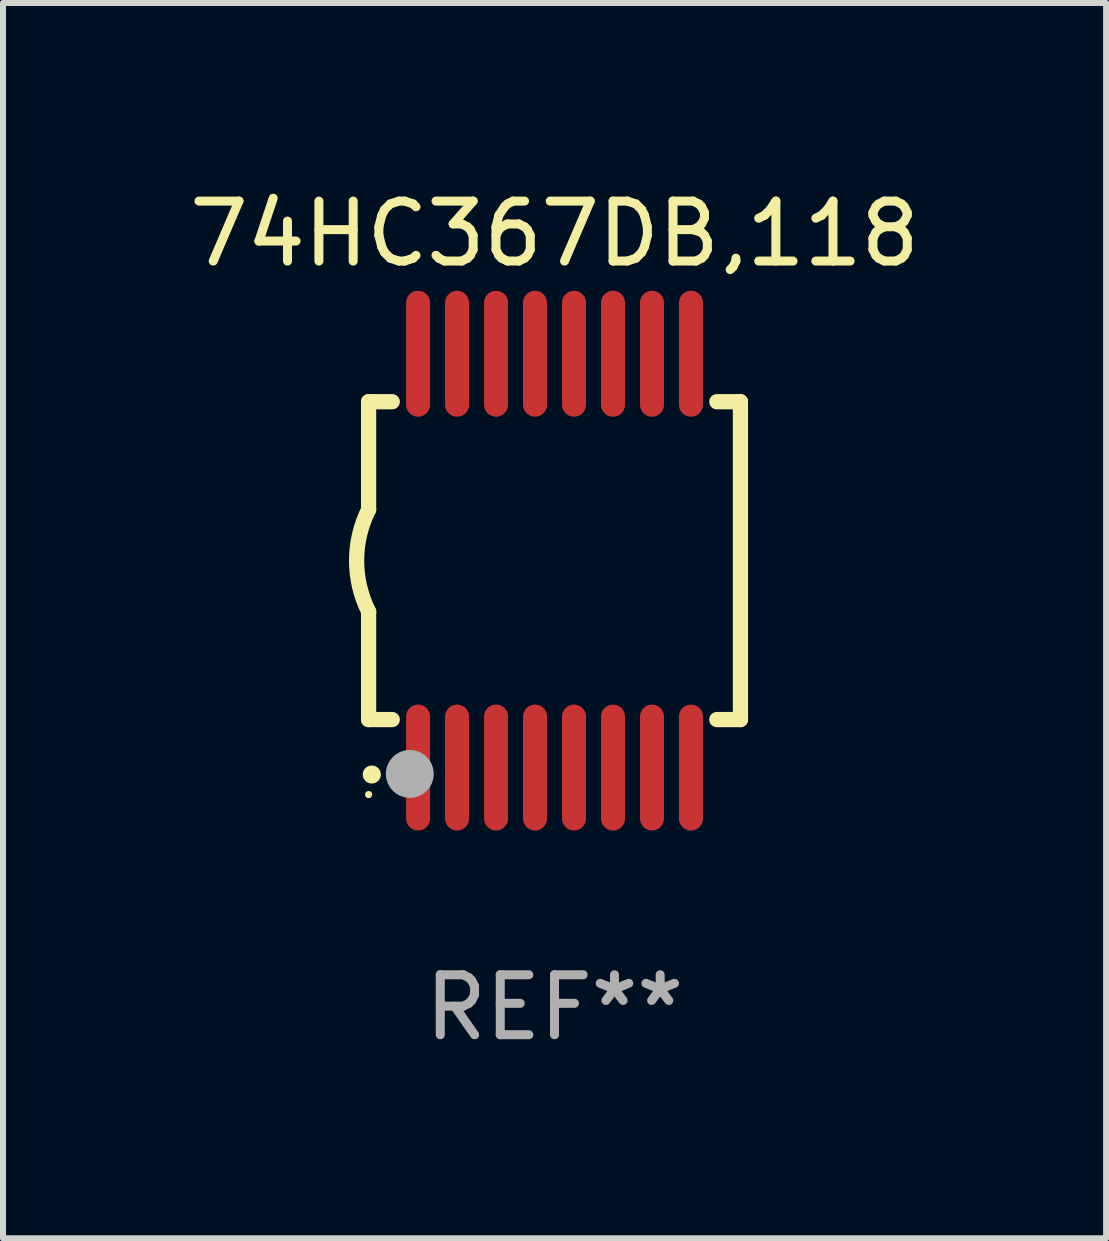
<source format=kicad_pcb>
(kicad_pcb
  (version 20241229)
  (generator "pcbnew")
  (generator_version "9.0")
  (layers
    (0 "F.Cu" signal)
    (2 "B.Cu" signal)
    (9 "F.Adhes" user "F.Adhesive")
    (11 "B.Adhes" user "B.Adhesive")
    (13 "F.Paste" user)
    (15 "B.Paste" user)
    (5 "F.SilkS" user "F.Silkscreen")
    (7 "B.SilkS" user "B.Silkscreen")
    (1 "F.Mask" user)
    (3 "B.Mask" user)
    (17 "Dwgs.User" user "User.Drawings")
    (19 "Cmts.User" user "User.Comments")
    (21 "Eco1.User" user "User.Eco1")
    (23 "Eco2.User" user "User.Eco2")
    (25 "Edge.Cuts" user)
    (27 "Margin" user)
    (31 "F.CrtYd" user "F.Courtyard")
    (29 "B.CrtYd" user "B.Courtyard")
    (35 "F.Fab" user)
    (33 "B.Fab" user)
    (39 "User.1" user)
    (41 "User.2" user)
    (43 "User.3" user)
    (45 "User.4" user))
  (footprint "74HC367DB,118"
    (layer "F.Cu")
    (at 6.196 6.298)
    (property "Reference" "74HC367DB,118" (at 0 -5.45 0) (layer "F.SilkS") (effects (font (size 1 1) (thickness 0.15))))
    (attr through_hole)
    (fp_line (start -3.1 -2.65) (end -3.1 -0.85) (stroke (width 0.254) (type solid)) (layer "F.SilkS"))
    (fp_line (start -3.1 -2.65) (end -2.706 -2.65) (stroke (width 0.254) (type solid)) (layer "F.SilkS"))
    (fp_line (start -3.1 2.65) (end -3.1 0.85) (stroke (width 0.254) (type solid)) (layer "F.SilkS"))
    (fp_line (start -3.1 2.65) (end -2.706 2.65) (stroke (width 0.254) (type solid)) (layer "F.SilkS"))
    (fp_line (start 2.706 -2.65) (end 3.1 -2.65) (stroke (width 0.254) (type solid)) (layer "F.SilkS"))
    (fp_line (start 2.706 2.65) (end 3.1 2.65) (stroke (width 0.254) (type solid)) (layer "F.SilkS"))
    (fp_line (start 3.1 -2.65) (end 3.1 2.65) (stroke (width 0.254) (type solid)) (layer "F.SilkS"))
    (fp_arc (start -3.098907 0.850902) (mid -3.300057 0.000523) (end -3.1 -0.850114) (stroke (width 0.254001) (type solid)) (layer "F.SilkS"))
    (fp_arc (start -3.048006 3.566066) (mid -3.046736 3.566061) (end -3.045466 3.566066) (stroke (width 0.3) (type solid)) (layer "F.SilkS"))
    (fp_circle (center -3.1 3.9) (end -3.07 3.9) (stroke (width 0.06) (type solid)) (fill no) (layer "F.SilkS"))
    (fp_circle (center -2.413 3.556) (end -2.213 3.556) (stroke (width 0.4) (type solid)) (fill no) (layer "F.Fab"))
    (fp_text user "REF**" (at 0 7.45 0) (layer "F.Fab") (effects (font (size 1 1) (thickness 0.15))))
    (pad "1" smd oval (at -2.275 3.45 180) (size 0.4 2.1) (layers "F.Cu" "F.Mask" "F.Paste"))
    (pad "2" smd oval (at -1.625 3.45 180) (size 0.4 2.1) (layers "F.Cu" "F.Mask" "F.Paste"))
    (pad "3" smd oval (at -0.975 3.45 180) (size 0.4 2.1) (layers "F.Cu" "F.Mask" "F.Paste"))
    (pad "4" smd oval (at -0.325 3.45 180) (size 0.4 2.1) (layers "F.Cu" "F.Mask" "F.Paste"))
    (pad "5" smd oval (at 0.325 3.45 180) (size 0.4 2.1) (layers "F.Cu" "F.Mask" "F.Paste"))
    (pad "6" smd oval (at 0.975 3.45 180) (size 0.4 2.1) (layers "F.Cu" "F.Mask" "F.Paste"))
    (pad "7" smd oval (at 1.625 3.45 180) (size 0.4 2.1) (layers "F.Cu" "F.Mask" "F.Paste"))
    (pad "8" smd oval (at 2.275 3.45 180) (size 0.4 2.1) (layers "F.Cu" "F.Mask" "F.Paste"))
    (pad "9" smd oval (at 2.275 -3.45 180) (size 0.4 2.1) (layers "F.Cu" "F.Mask" "F.Paste"))
    (pad "10" smd oval (at 1.625 -3.45 180) (size 0.4 2.1) (layers "F.Cu" "F.Mask" "F.Paste"))
    (pad "11" smd oval (at 0.975 -3.45 180) (size 0.4 2.1) (layers "F.Cu" "F.Mask" "F.Paste"))
    (pad "12" smd oval (at 0.325 -3.45 180) (size 0.4 2.1) (layers "F.Cu" "F.Mask" "F.Paste"))
    (pad "13" smd oval (at -0.325 -3.45 180) (size 0.4 2.1) (layers "F.Cu" "F.Mask" "F.Paste"))
    (pad "14" smd oval (at -0.975 -3.45 180) (size 0.4 2.1) (layers "F.Cu" "F.Mask" "F.Paste"))
    (pad "15" smd oval (at -1.625 -3.45 180) (size 0.4 2.1) (layers "F.Cu" "F.Mask" "F.Paste"))
    (pad "16" smd oval (at -2.275 -3.45 180) (size 0.4 2.1) (layers "F.Cu" "F.Mask" "F.Paste")))
  (gr_rect
    (start -3 -3)
    (end 15.393 17.597)
    (stroke (width 0.1) (type default))
    (fill no)
    (layer "Edge.Cuts")))
</source>
